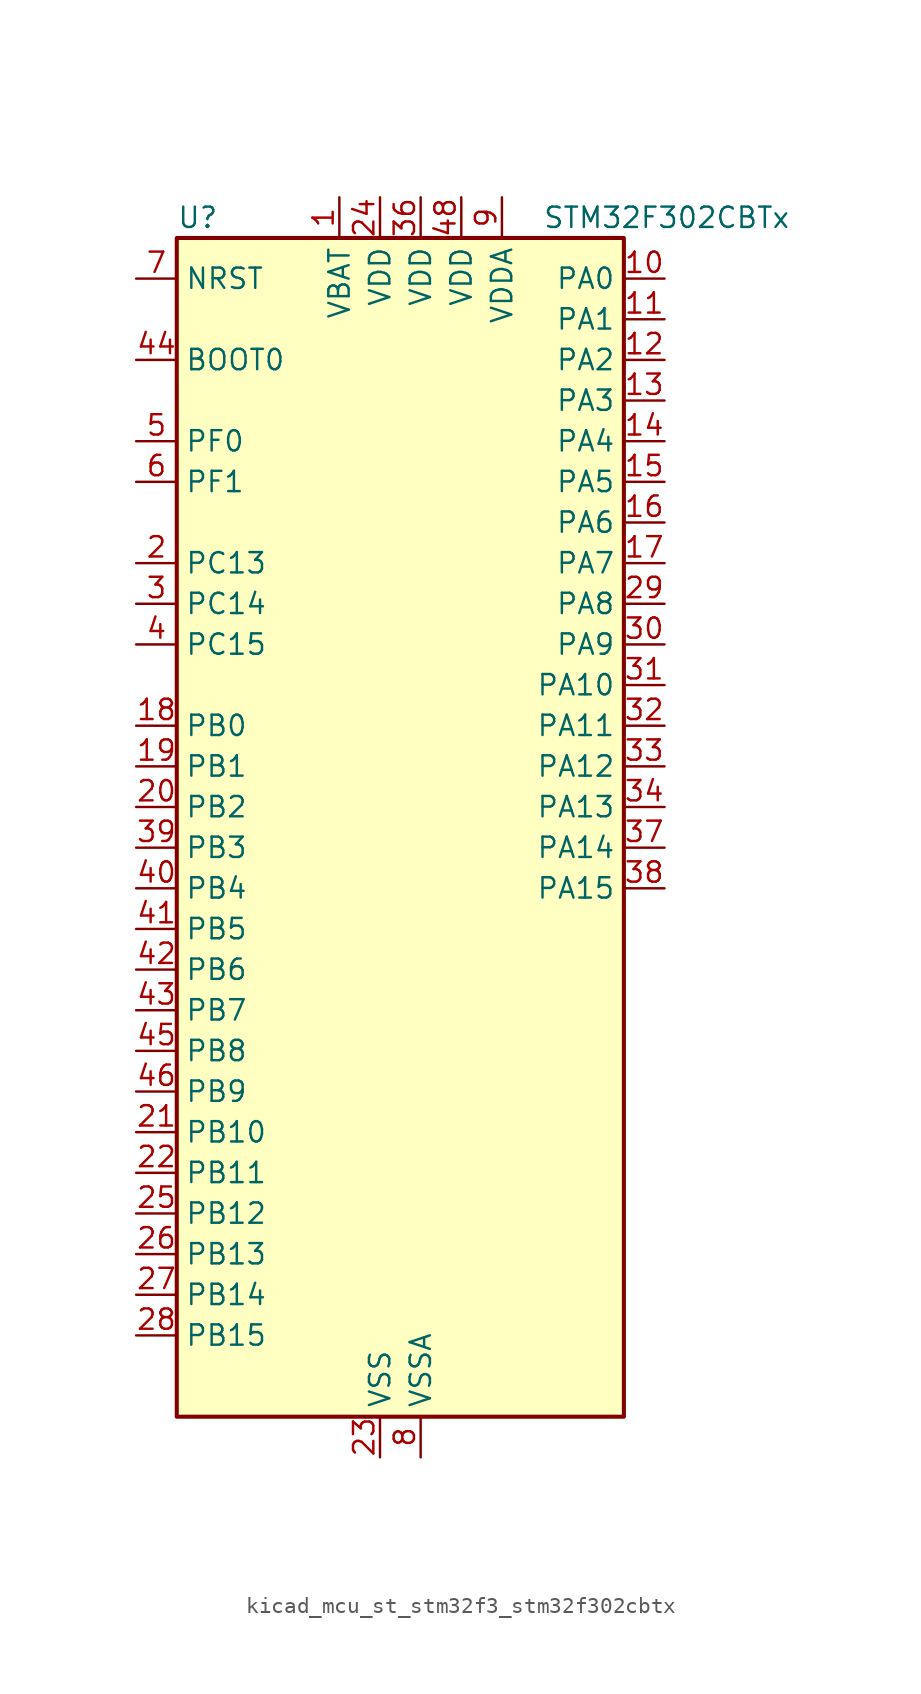
<source format=kicad_sym>
(kicad_symbol_lib
  (version 20220914)
  (generator kicad_symbol_editor)
  (symbol "kicad_mcu_st_stm32f3_stm32f302cbtx"
    (property "Reference" "U"
      (at -12.7 39.37 0)
      (effects (font (size 1.27 1.27)) (justify left)))
    (property "Value" "STM32F302CBTx"
      (at 10.16 39.37 0)
      (effects (font (size 1.27 1.27)) (justify left)))
    (property "ki_locked" ""
      (at 0 0 0)
      (effects (font (size 1.27 1.27))))
    (symbol "kicad_mcu_st_stm32f3_stm32f302cbtx_0_1"
      (rectangle (start -12.7 -35.56) (end 15.24 38.1) (stroke (width 0.254) (type default)) (fill (type background))))
    (symbol "kicad_mcu_st_stm32f3_stm32f302cbtx_1_1"
      (pin power_in line (at -2.54 40.64 270) (length 2.54) (name "VBAT" (effects (font (size 1.27 1.27)))) (number "1" (effects (font (size 1.27 1.27)))))
      (pin bidirectional line (at 17.78 35.56 180) (length 2.54) (name "PA0" (effects (font (size 1.27 1.27)))) (number "10" (effects (font (size 1.27 1.27)))) (alternate "ADC1_IN1" bidirectional line) (alternate "COMP1_INM" bidirectional line) (alternate "COMP1_OUT" bidirectional line) (alternate "RTC_TAMP2" bidirectional line) (alternate "SYS_WKUP1" bidirectional line) (alternate "TIM2_CH1" bidirectional line) (alternate "TIM2_ETR" bidirectional line) (alternate "TSC_G1_IO1" bidirectional line) (alternate "USART2_CTS" bidirectional line))
      (pin bidirectional line (at 17.78 33.02 180) (length 2.54) (name "PA1" (effects (font (size 1.27 1.27)))) (number "11" (effects (font (size 1.27 1.27)))) (alternate "ADC1_IN2" bidirectional line) (alternate "COMP1_INP" bidirectional line) (alternate "OPAMP1_VINP" bidirectional line) (alternate "OPAMP1_VINP_SEC" bidirectional line) (alternate "RTC_REFIN" bidirectional line) (alternate "TIM15_CH1N" bidirectional line) (alternate "TIM2_CH2" bidirectional line) (alternate "TSC_G1_IO2" bidirectional line) (alternate "USART2_DE" bidirectional line) (alternate "USART2_RTS" bidirectional line))
      (pin bidirectional line (at 17.78 30.48 180) (length 2.54) (name "PA2" (effects (font (size 1.27 1.27)))) (number "12" (effects (font (size 1.27 1.27)))) (alternate "ADC1_IN3" bidirectional line) (alternate "COMP2_INM" bidirectional line) (alternate "COMP2_OUT" bidirectional line) (alternate "OPAMP1_VOUT" bidirectional line) (alternate "TIM15_CH1" bidirectional line) (alternate "TIM2_CH3" bidirectional line) (alternate "TSC_G1_IO3" bidirectional line) (alternate "USART2_TX" bidirectional line))
      (pin bidirectional line (at 17.78 27.94 180) (length 2.54) (name "PA3" (effects (font (size 1.27 1.27)))) (number "13" (effects (font (size 1.27 1.27)))) (alternate "ADC1_IN4" bidirectional line) (alternate "COMP2_INP" bidirectional line) (alternate "OPAMP1_VINM" bidirectional line) (alternate "OPAMP1_VINM_SEC" bidirectional line) (alternate "OPAMP1_VINP" bidirectional line) (alternate "OPAMP1_VINP_SEC" bidirectional line) (alternate "TIM15_CH2" bidirectional line) (alternate "TIM2_CH4" bidirectional line) (alternate "TSC_G1_IO4" bidirectional line) (alternate "USART2_RX" bidirectional line))
      (pin bidirectional line (at 17.78 25.4 180) (length 2.54) (name "PA4" (effects (font (size 1.27 1.27)))) (number "14" (effects (font (size 1.27 1.27)))) (alternate "ADC2_IN1" bidirectional line) (alternate "COMP1_INM" bidirectional line) (alternate "COMP2_INM" bidirectional line) (alternate "COMP4_INM" bidirectional line) (alternate "COMP6_INM" bidirectional line) (alternate "DAC_OUT1" bidirectional line) (alternate "I2S3_WS" bidirectional line) (alternate "SPI1_NSS" bidirectional line) (alternate "SPI3_NSS" bidirectional line) (alternate "TIM3_CH2" bidirectional line) (alternate "TSC_G2_IO1" bidirectional line) (alternate "USART2_CK" bidirectional line))
      (pin bidirectional line (at 17.78 22.86 180) (length 2.54) (name "PA5" (effects (font (size 1.27 1.27)))) (number "15" (effects (font (size 1.27 1.27)))) (alternate "ADC2_IN2" bidirectional line) (alternate "COMP1_INM" bidirectional line) (alternate "COMP2_INM" bidirectional line) (alternate "COMP4_INM" bidirectional line) (alternate "COMP6_INM" bidirectional line) (alternate "OPAMP1_VINP" bidirectional line) (alternate "OPAMP1_VINP_SEC" bidirectional line) (alternate "OPAMP2_VINM" bidirectional line) (alternate "OPAMP2_VINM_SEC" bidirectional line) (alternate "SPI1_SCK" bidirectional line) (alternate "TIM2_CH1" bidirectional line) (alternate "TIM2_ETR" bidirectional line) (alternate "TSC_G2_IO2" bidirectional line))
      (pin bidirectional line (at 17.78 20.32 180) (length 2.54) (name "PA6" (effects (font (size 1.27 1.27)))) (number "16" (effects (font (size 1.27 1.27)))) (alternate "ADC2_IN3" bidirectional line) (alternate "COMP1_OUT" bidirectional line) (alternate "OPAMP2_VOUT" bidirectional line) (alternate "SPI1_MISO" bidirectional line) (alternate "TIM16_CH1" bidirectional line) (alternate "TIM1_BKIN" bidirectional line) (alternate "TIM3_CH1" bidirectional line) (alternate "TSC_G2_IO3" bidirectional line))
      (pin bidirectional line (at 17.78 17.78 180) (length 2.54) (name "PA7" (effects (font (size 1.27 1.27)))) (number "17" (effects (font (size 1.27 1.27)))) (alternate "ADC2_IN4" bidirectional line) (alternate "COMP2_INP" bidirectional line) (alternate "COMP2_OUT" bidirectional line) (alternate "OPAMP1_VINP" bidirectional line) (alternate "OPAMP1_VINP_SEC" bidirectional line) (alternate "OPAMP2_VINP" bidirectional line) (alternate "OPAMP2_VINP_SEC" bidirectional line) (alternate "SPI1_MOSI" bidirectional line) (alternate "TIM17_CH1" bidirectional line) (alternate "TIM1_CH1N" bidirectional line) (alternate "TIM3_CH2" bidirectional line) (alternate "TSC_G2_IO4" bidirectional line))
      (pin bidirectional line (at -15.24 7.62 0) (length 2.54) (name "PB0" (effects (font (size 1.27 1.27)))) (number "18" (effects (font (size 1.27 1.27)))) (alternate "COMP4_INP" bidirectional line) (alternate "OPAMP2_VINP" bidirectional line) (alternate "OPAMP2_VINP_SEC" bidirectional line) (alternate "TIM1_CH2N" bidirectional line) (alternate "TIM3_CH3" bidirectional line) (alternate "TSC_G3_IO2" bidirectional line))
      (pin bidirectional line (at -15.24 5.08 0) (length 2.54) (name "PB1" (effects (font (size 1.27 1.27)))) (number "19" (effects (font (size 1.27 1.27)))) (alternate "COMP4_OUT" bidirectional line) (alternate "TIM1_CH3N" bidirectional line) (alternate "TIM3_CH4" bidirectional line) (alternate "TSC_G3_IO3" bidirectional line))
      (pin bidirectional line (at -15.24 17.78 0) (length 2.54) (name "PC13" (effects (font (size 1.27 1.27)))) (number "2" (effects (font (size 1.27 1.27)))) (alternate "RTC_OUT_ALARM" bidirectional line) (alternate "RTC_OUT_CALIB" bidirectional line) (alternate "RTC_TAMP1" bidirectional line) (alternate "RTC_TS" bidirectional line) (alternate "SYS_WKUP2" bidirectional line) (alternate "TIM1_CH1N" bidirectional line))
      (pin bidirectional line (at -15.24 2.54 0) (length 2.54) (name "PB2" (effects (font (size 1.27 1.27)))) (number "20" (effects (font (size 1.27 1.27)))) (alternate "ADC2_IN12" bidirectional line) (alternate "COMP4_INM" bidirectional line) (alternate "TSC_G3_IO4" bidirectional line))
      (pin bidirectional line (at -15.24 -17.78 0) (length 2.54) (name "PB10" (effects (font (size 1.27 1.27)))) (number "21" (effects (font (size 1.27 1.27)))) (alternate "TIM2_CH3" bidirectional line) (alternate "TSC_SYNC" bidirectional line) (alternate "USART3_TX" bidirectional line))
      (pin bidirectional line (at -15.24 -20.32 0) (length 2.54) (name "PB11" (effects (font (size 1.27 1.27)))) (number "22" (effects (font (size 1.27 1.27)))) (alternate "ADC1_EXTI11" bidirectional line) (alternate "ADC2_EXTI11" bidirectional line) (alternate "COMP6_INP" bidirectional line) (alternate "TIM2_CH4" bidirectional line) (alternate "TSC_G6_IO1" bidirectional line) (alternate "USART3_RX" bidirectional line))
      (pin power_in line (at 0 -38.1 90) (length 2.54) (name "VSS" (effects (font (size 1.27 1.27)))) (number "23" (effects (font (size 1.27 1.27)))))
      (pin power_in line (at 0 40.64 270) (length 2.54) (name "VDD" (effects (font (size 1.27 1.27)))) (number "24" (effects (font (size 1.27 1.27)))))
      (pin bidirectional line (at -15.24 -22.86 0) (length 2.54) (name "PB12" (effects (font (size 1.27 1.27)))) (number "25" (effects (font (size 1.27 1.27)))) (alternate "I2C2_SMBA" bidirectional line) (alternate "I2S2_WS" bidirectional line) (alternate "SPI2_NSS" bidirectional line) (alternate "TIM1_BKIN" bidirectional line) (alternate "TSC_G6_IO2" bidirectional line) (alternate "USART3_CK" bidirectional line))
      (pin bidirectional line (at -15.24 -25.4 0) (length 2.54) (name "PB13" (effects (font (size 1.27 1.27)))) (number "26" (effects (font (size 1.27 1.27)))) (alternate "I2S2_CK" bidirectional line) (alternate "SPI2_SCK" bidirectional line) (alternate "TIM1_CH1N" bidirectional line) (alternate "TSC_G6_IO3" bidirectional line) (alternate "USART3_CTS" bidirectional line))
      (pin bidirectional line (at -15.24 -27.94 0) (length 2.54) (name "PB14" (effects (font (size 1.27 1.27)))) (number "27" (effects (font (size 1.27 1.27)))) (alternate "I2S2_ext_SD" bidirectional line) (alternate "OPAMP2_VINP" bidirectional line) (alternate "OPAMP2_VINP_SEC" bidirectional line) (alternate "SPI2_MISO" bidirectional line) (alternate "TIM15_CH1" bidirectional line) (alternate "TIM1_CH2N" bidirectional line) (alternate "TSC_G6_IO4" bidirectional line) (alternate "USART3_DE" bidirectional line) (alternate "USART3_RTS" bidirectional line))
      (pin bidirectional line (at -15.24 -30.48 0) (length 2.54) (name "PB15" (effects (font (size 1.27 1.27)))) (number "28" (effects (font (size 1.27 1.27)))) (alternate "ADC1_EXTI15" bidirectional line) (alternate "ADC2_EXTI15" bidirectional line) (alternate "COMP6_INM" bidirectional line) (alternate "I2S2_SD" bidirectional line) (alternate "RTC_REFIN" bidirectional line) (alternate "SPI2_MOSI" bidirectional line) (alternate "TIM15_CH1N" bidirectional line) (alternate "TIM15_CH2" bidirectional line) (alternate "TIM1_CH3N" bidirectional line))
      (pin bidirectional line (at 17.78 15.24 180) (length 2.54) (name "PA8" (effects (font (size 1.27 1.27)))) (number "29" (effects (font (size 1.27 1.27)))) (alternate "I2C2_SMBA" bidirectional line) (alternate "I2S2_MCK" bidirectional line) (alternate "RCC_MCO" bidirectional line) (alternate "TIM1_CH1" bidirectional line) (alternate "TIM4_ETR" bidirectional line) (alternate "USART1_CK" bidirectional line))
      (pin bidirectional line (at -15.24 15.24 0) (length 2.54) (name "PC14" (effects (font (size 1.27 1.27)))) (number "3" (effects (font (size 1.27 1.27)))) (alternate "RCC_OSC32_IN" bidirectional line))
      (pin bidirectional line (at 17.78 12.7 180) (length 2.54) (name "PA9" (effects (font (size 1.27 1.27)))) (number "30" (effects (font (size 1.27 1.27)))) (alternate "DAC_EXTI9" bidirectional line) (alternate "I2C2_SCL" bidirectional line) (alternate "I2S3_MCK" bidirectional line) (alternate "TIM15_BKIN" bidirectional line) (alternate "TIM1_CH2" bidirectional line) (alternate "TIM2_CH3" bidirectional line) (alternate "TSC_G4_IO1" bidirectional line) (alternate "USART1_TX" bidirectional line))
      (pin bidirectional line (at 17.78 10.16 180) (length 2.54) (name "PA10" (effects (font (size 1.27 1.27)))) (number "31" (effects (font (size 1.27 1.27)))) (alternate "COMP6_OUT" bidirectional line) (alternate "I2C2_SDA" bidirectional line) (alternate "TIM17_BKIN" bidirectional line) (alternate "TIM1_CH3" bidirectional line) (alternate "TIM2_CH4" bidirectional line) (alternate "TSC_G4_IO2" bidirectional line) (alternate "USART1_RX" bidirectional line))
      (pin bidirectional line (at 17.78 7.62 180) (length 2.54) (name "PA11" (effects (font (size 1.27 1.27)))) (number "32" (effects (font (size 1.27 1.27)))) (alternate "ADC1_EXTI11" bidirectional line) (alternate "ADC2_EXTI11" bidirectional line) (alternate "CAN_RX" bidirectional line) (alternate "COMP1_OUT" bidirectional line) (alternate "TIM1_BKIN2" bidirectional line) (alternate "TIM1_CH1N" bidirectional line) (alternate "TIM1_CH4" bidirectional line) (alternate "TIM4_CH1" bidirectional line) (alternate "USART1_CTS" bidirectional line) (alternate "USB_DM" bidirectional line))
      (pin bidirectional line (at 17.78 5.08 180) (length 2.54) (name "PA12" (effects (font (size 1.27 1.27)))) (number "33" (effects (font (size 1.27 1.27)))) (alternate "CAN_TX" bidirectional line) (alternate "COMP2_OUT" bidirectional line) (alternate "TIM16_CH1" bidirectional line) (alternate "TIM1_CH2N" bidirectional line) (alternate "TIM1_ETR" bidirectional line) (alternate "TIM4_CH2" bidirectional line) (alternate "USART1_DE" bidirectional line) (alternate "USART1_RTS" bidirectional line) (alternate "USB_DP" bidirectional line))
      (pin bidirectional line (at 17.78 2.54 180) (length 2.54) (name "PA13" (effects (font (size 1.27 1.27)))) (number "34" (effects (font (size 1.27 1.27)))) (alternate "IR_OUT" bidirectional line) (alternate "SYS_JTMS-SWDIO" bidirectional line) (alternate "TIM16_CH1N" bidirectional line) (alternate "TIM4_CH3" bidirectional line) (alternate "TSC_G4_IO3" bidirectional line) (alternate "USART3_CTS" bidirectional line))
      (pin passive line (at 0 -38.1 90) (length 2.54) hide (name "VSS" (effects (font (size 1.27 1.27)))) (number "35" (effects (font (size 1.27 1.27)))))
      (pin power_in line (at 2.54 40.64 270) (length 2.54) (name "VDD" (effects (font (size 1.27 1.27)))) (number "36" (effects (font (size 1.27 1.27)))))
      (pin bidirectional line (at 17.78 0 180) (length 2.54) (name "PA14" (effects (font (size 1.27 1.27)))) (number "37" (effects (font (size 1.27 1.27)))) (alternate "I2C1_SDA" bidirectional line) (alternate "SYS_JTCK-SWCLK" bidirectional line) (alternate "TIM1_BKIN" bidirectional line) (alternate "TSC_G4_IO4" bidirectional line) (alternate "USART2_TX" bidirectional line))
      (pin bidirectional line (at 17.78 -2.54 180) (length 2.54) (name "PA15" (effects (font (size 1.27 1.27)))) (number "38" (effects (font (size 1.27 1.27)))) (alternate "ADC1_EXTI15" bidirectional line) (alternate "ADC2_EXTI15" bidirectional line) (alternate "I2C1_SCL" bidirectional line) (alternate "I2S3_WS" bidirectional line) (alternate "SPI1_NSS" bidirectional line) (alternate "SPI3_NSS" bidirectional line) (alternate "SYS_JTDI" bidirectional line) (alternate "TIM1_BKIN" bidirectional line) (alternate "TIM2_CH1" bidirectional line) (alternate "TIM2_ETR" bidirectional line) (alternate "USART2_RX" bidirectional line))
      (pin bidirectional line (at -15.24 0 0) (length 2.54) (name "PB3" (effects (font (size 1.27 1.27)))) (number "39" (effects (font (size 1.27 1.27)))) (alternate "I2S3_CK" bidirectional line) (alternate "SPI1_SCK" bidirectional line) (alternate "SPI3_SCK" bidirectional line) (alternate "SYS_JTDO-TRACESWO" bidirectional line) (alternate "TIM2_CH2" bidirectional line) (alternate "TIM3_ETR" bidirectional line) (alternate "TIM4_ETR" bidirectional line) (alternate "TSC_G5_IO1" bidirectional line) (alternate "USART2_TX" bidirectional line))
      (pin bidirectional line (at -15.24 12.7 0) (length 2.54) (name "PC15" (effects (font (size 1.27 1.27)))) (number "4" (effects (font (size 1.27 1.27)))) (alternate "ADC1_EXTI15" bidirectional line) (alternate "ADC2_EXTI15" bidirectional line) (alternate "RCC_OSC32_OUT" bidirectional line))
      (pin bidirectional line (at -15.24 -2.54 0) (length 2.54) (name "PB4" (effects (font (size 1.27 1.27)))) (number "40" (effects (font (size 1.27 1.27)))) (alternate "I2S3_ext_SD" bidirectional line) (alternate "SPI1_MISO" bidirectional line) (alternate "SPI3_MISO" bidirectional line) (alternate "SYS_NJTRST" bidirectional line) (alternate "TIM16_CH1" bidirectional line) (alternate "TIM17_BKIN" bidirectional line) (alternate "TIM3_CH1" bidirectional line) (alternate "TSC_G5_IO2" bidirectional line) (alternate "USART2_RX" bidirectional line))
      (pin bidirectional line (at -15.24 -5.08 0) (length 2.54) (name "PB5" (effects (font (size 1.27 1.27)))) (number "41" (effects (font (size 1.27 1.27)))) (alternate "I2C1_SMBA" bidirectional line) (alternate "I2S3_SD" bidirectional line) (alternate "SPI1_MOSI" bidirectional line) (alternate "SPI3_MOSI" bidirectional line) (alternate "TIM16_BKIN" bidirectional line) (alternate "TIM17_CH1" bidirectional line) (alternate "TIM3_CH2" bidirectional line) (alternate "USART2_CK" bidirectional line))
      (pin bidirectional line (at -15.24 -7.62 0) (length 2.54) (name "PB6" (effects (font (size 1.27 1.27)))) (number "42" (effects (font (size 1.27 1.27)))) (alternate "I2C1_SCL" bidirectional line) (alternate "TIM16_CH1N" bidirectional line) (alternate "TIM4_CH1" bidirectional line) (alternate "TSC_G5_IO3" bidirectional line) (alternate "USART1_TX" bidirectional line))
      (pin bidirectional line (at -15.24 -10.16 0) (length 2.54) (name "PB7" (effects (font (size 1.27 1.27)))) (number "43" (effects (font (size 1.27 1.27)))) (alternate "I2C1_SDA" bidirectional line) (alternate "TIM17_CH1N" bidirectional line) (alternate "TIM3_CH4" bidirectional line) (alternate "TIM4_CH2" bidirectional line) (alternate "TSC_G5_IO4" bidirectional line) (alternate "USART1_RX" bidirectional line))
      (pin input line (at -15.24 30.48 0) (length 2.54) (name "BOOT0" (effects (font (size 1.27 1.27)))) (number "44" (effects (font (size 1.27 1.27)))))
      (pin bidirectional line (at -15.24 -12.7 0) (length 2.54) (name "PB8" (effects (font (size 1.27 1.27)))) (number "45" (effects (font (size 1.27 1.27)))) (alternate "CAN_RX" bidirectional line) (alternate "COMP1_OUT" bidirectional line) (alternate "I2C1_SCL" bidirectional line) (alternate "TIM16_CH1" bidirectional line) (alternate "TIM1_BKIN" bidirectional line) (alternate "TIM4_CH3" bidirectional line) (alternate "TSC_SYNC" bidirectional line))
      (pin bidirectional line (at -15.24 -15.24 0) (length 2.54) (name "PB9" (effects (font (size 1.27 1.27)))) (number "46" (effects (font (size 1.27 1.27)))) (alternate "CAN_TX" bidirectional line) (alternate "COMP2_OUT" bidirectional line) (alternate "DAC_EXTI9" bidirectional line) (alternate "I2C1_SDA" bidirectional line) (alternate "IR_OUT" bidirectional line) (alternate "TIM17_CH1" bidirectional line) (alternate "TIM4_CH4" bidirectional line))
      (pin passive line (at 0 -38.1 90) (length 2.54) hide (name "VSS" (effects (font (size 1.27 1.27)))) (number "47" (effects (font (size 1.27 1.27)))))
      (pin power_in line (at 5.08 40.64 270) (length 2.54) (name "VDD" (effects (font (size 1.27 1.27)))) (number "48" (effects (font (size 1.27 1.27)))))
      (pin bidirectional line (at -15.24 25.4 0) (length 2.54) (name "PF0" (effects (font (size 1.27 1.27)))) (number "5" (effects (font (size 1.27 1.27)))) (alternate "I2C2_SDA" bidirectional line) (alternate "RCC_OSC_IN" bidirectional line) (alternate "TIM1_CH3N" bidirectional line))
      (pin bidirectional line (at -15.24 22.86 0) (length 2.54) (name "PF1" (effects (font (size 1.27 1.27)))) (number "6" (effects (font (size 1.27 1.27)))) (alternate "I2C2_SCL" bidirectional line) (alternate "RCC_OSC_OUT" bidirectional line))
      (pin input line (at -15.24 35.56 0) (length 2.54) (name "NRST" (effects (font (size 1.27 1.27)))) (number "7" (effects (font (size 1.27 1.27)))))
      (pin power_in line (at 2.54 -38.1 90) (length 2.54) (name "VSSA" (effects (font (size 1.27 1.27)))) (number "8" (effects (font (size 1.27 1.27)))))
      (pin power_in line (at 7.62 40.64 270) (length 2.54) (name "VDDA" (effects (font (size 1.27 1.27)))) (number "9" (effects (font (size 1.27 1.27))))))))
</source>
